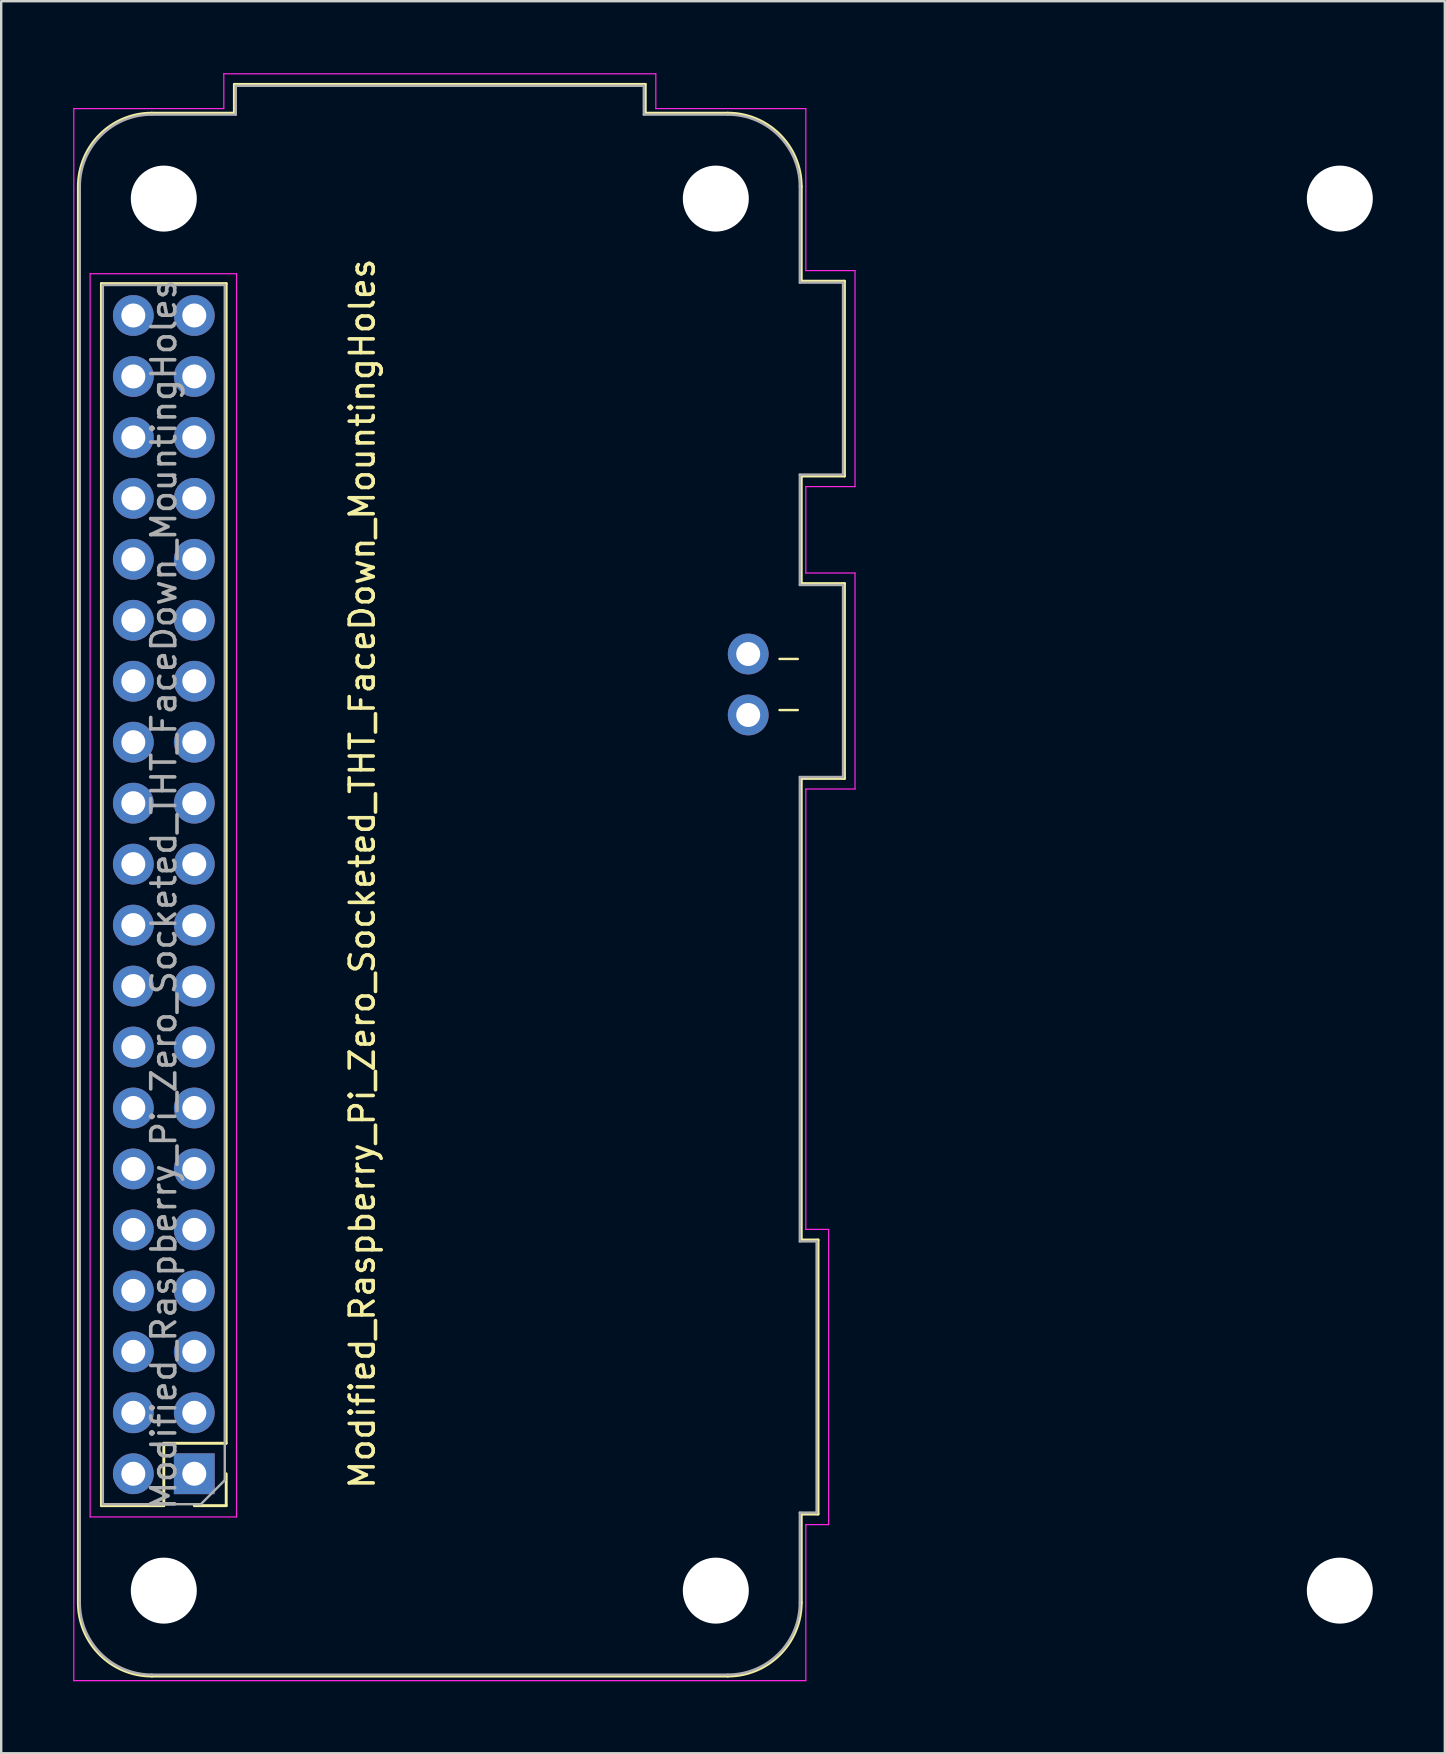
<source format=kicad_pcb>
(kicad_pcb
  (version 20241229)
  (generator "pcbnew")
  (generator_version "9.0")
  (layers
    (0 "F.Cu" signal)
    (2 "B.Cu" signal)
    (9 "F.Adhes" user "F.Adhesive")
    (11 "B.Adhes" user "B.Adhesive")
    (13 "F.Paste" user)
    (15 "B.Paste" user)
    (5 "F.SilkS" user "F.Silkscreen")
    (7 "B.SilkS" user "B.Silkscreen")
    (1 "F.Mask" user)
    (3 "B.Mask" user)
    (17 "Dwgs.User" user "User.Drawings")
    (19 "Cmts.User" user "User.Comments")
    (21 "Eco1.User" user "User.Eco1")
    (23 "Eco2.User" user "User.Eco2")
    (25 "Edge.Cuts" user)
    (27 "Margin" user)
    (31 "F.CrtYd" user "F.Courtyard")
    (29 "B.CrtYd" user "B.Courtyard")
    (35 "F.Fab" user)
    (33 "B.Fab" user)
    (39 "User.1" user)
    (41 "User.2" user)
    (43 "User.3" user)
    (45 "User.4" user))
  (footprint "Modified_Raspberry_Pi_Zero_Socketed_THT_FaceDown_MountingHoles"
    (layer "F.Cu")
    (at 5.045 8.355)
    (property "Reference" "Modified_Raspberry_Pi_Zero_Socketed_THT_FaceDown_MountingHoles" (at 7 25 90) (layer "F.SilkS") (effects (font (size 1 1) (thickness 0.15))))
    (attr through_hole)
    (fp_line (start -4.83 -3.63) (end -4.83 55.37) (stroke (width 0.12) (type solid)) (layer "F.SilkS"))
    (fp_line (start -3.87 0.41) (end 1.33 0.41) (stroke (width 0.12) (type solid)) (layer "F.SilkS"))
    (fp_line (start -3.87 51.33) (end -3.87 0.41) (stroke (width 0.12) (type solid)) (layer "F.SilkS"))
    (fp_line (start -3.87 51.33) (end -1.27 51.33) (stroke (width 0.12) (type solid)) (layer "F.SilkS"))
    (fp_line (start -1.77 58.43) (end 22.23 58.43) (stroke (width 0.12) (type solid)) (layer "F.SilkS"))
    (fp_line (start -1.27 48.73) (end 1.33 48.73) (stroke (width 0.12) (type solid)) (layer "F.SilkS"))
    (fp_line (start -1.27 51.33) (end -1.27 48.73) (stroke (width 0.12) (type solid)) (layer "F.SilkS"))
    (fp_line (start 0 51.33) (end 1.33 51.33) (stroke (width 0.12) (type solid)) (layer "F.SilkS"))
    (fp_line (start 1.33 48.73) (end 1.33 0.41) (stroke (width 0.12) (type solid)) (layer "F.SilkS"))
    (fp_line (start 1.33 51.33) (end 1.33 50) (stroke (width 0.12) (type solid)) (layer "F.SilkS"))
    (fp_line (start 1.67 -7.89) (end 18.79 -7.89) (stroke (width 0.12) (type solid)) (layer "F.SilkS"))
    (fp_line (start 1.67 -6.69) (end -1.77 -6.69) (stroke (width 0.12) (type solid)) (layer "F.SilkS"))
    (fp_line (start 1.67 -6.69) (end 1.67 -7.89) (stroke (width 0.12) (type solid)) (layer "F.SilkS"))
    (fp_line (start 18.79 -7.89) (end 18.79 -6.69) (stroke (width 0.12) (type solid)) (layer "F.SilkS"))
    (fp_line (start 18.79 -6.69) (end 22.23 -6.69) (stroke (width 0.12) (type solid)) (layer "F.SilkS"))
    (fp_line (start 24.384 16.05) (end 25.146 16.05) (stroke (width 0.1) (type default)) (layer "F.SilkS"))
    (fp_line (start 24.384 18.18) (end 25.146 18.18) (stroke (width 0.1) (type default)) (layer "F.SilkS"))
    (fp_line (start 25.29 -3.63) (end 25.29 0.31) (stroke (width 0.12) (type solid)) (layer "F.SilkS"))
    (fp_line (start 25.29 0.31) (end 27.09 0.31) (stroke (width 0.12) (type solid)) (layer "F.SilkS"))
    (fp_line (start 25.29 8.43) (end 25.29 12.91) (stroke (width 0.12) (type solid)) (layer "F.SilkS"))
    (fp_line (start 25.29 12.91) (end 27.09 12.91) (stroke (width 0.12) (type solid)) (layer "F.SilkS"))
    (fp_line (start 25.29 21.03) (end 25.29 40.26) (stroke (width 0.12) (type solid)) (layer "F.SilkS"))
    (fp_line (start 25.29 40.26) (end 25.99 40.26) (stroke (width 0.12) (type solid)) (layer "F.SilkS"))
    (fp_line (start 25.29 51.68) (end 25.29 55.37) (stroke (width 0.12) (type solid)) (layer "F.SilkS"))
    (fp_line (start 25.99 40.26) (end 25.99 51.68) (stroke (width 0.12) (type solid)) (layer "F.SilkS"))
    (fp_line (start 25.99 51.68) (end 25.29 51.68) (stroke (width 0.12) (type solid)) (layer "F.SilkS"))
    (fp_line (start 27.09 0.31) (end 27.09 8.43) (stroke (width 0.12) (type solid)) (layer "F.SilkS"))
    (fp_line (start 27.09 8.43) (end 25.29 8.43) (stroke (width 0.12) (type solid)) (layer "F.SilkS"))
    (fp_line (start 27.09 12.91) (end 27.09 21.03) (stroke (width 0.12) (type solid)) (layer "F.SilkS"))
    (fp_line (start 27.09 21.03) (end 25.29 21.03) (stroke (width 0.12) (type solid)) (layer "F.SilkS"))
    (fp_arc (start -4.83 -3.63) (mid -3.933747 -5.793747) (end -1.77 -6.69) (stroke (width 0.12) (type solid)) (layer "F.SilkS"))
    (fp_arc (start -1.77 58.43) (mid -3.933747 57.533747) (end -4.83 55.37) (stroke (width 0.12) (type solid)) (layer "F.SilkS"))
    (fp_arc (start 22.23 -6.69) (mid 24.393747 -5.793747) (end 25.29 -3.63) (stroke (width 0.12) (type solid)) (layer "F.SilkS"))
    (fp_arc (start 25.29 55.37) (mid 24.393747 57.533747) (end 22.23 58.43) (stroke (width 0.12) (type solid)) (layer "F.SilkS"))
    (fp_line (start -5.02 -6.88) (end -5.02 58.62) (stroke (width 0.05) (type solid)) (layer "F.CrtYd"))
    (fp_line (start -5.02 -6.88) (end 1.23 -6.88) (stroke (width 0.05) (type solid)) (layer "F.CrtYd"))
    (fp_line (start -5.02 58.62) (end 25.48 58.62) (stroke (width 0.05) (type solid)) (layer "F.CrtYd"))
    (fp_line (start -4.34 0) (end -4.34 51.8) (stroke (width 0.05) (type solid)) (layer "F.CrtYd"))
    (fp_line (start -4.34 51.8) (end 1.76 51.8) (stroke (width 0.05) (type solid)) (layer "F.CrtYd"))
    (fp_line (start 1.23 -8.33) (end 1.23 -6.88) (stroke (width 0.05) (type solid)) (layer "F.CrtYd"))
    (fp_line (start 1.76 0) (end -4.34 0) (stroke (width 0.05) (type solid)) (layer "F.CrtYd"))
    (fp_line (start 1.76 51.8) (end 1.76 0) (stroke (width 0.05) (type solid)) (layer "F.CrtYd"))
    (fp_line (start 19.23 -8.33) (end 1.23 -8.33) (stroke (width 0.05) (type solid)) (layer "F.CrtYd"))
    (fp_line (start 19.23 -8.33) (end 19.23 -6.88) (stroke (width 0.05) (type solid)) (layer "F.CrtYd"))
    (fp_line (start 19.23 -6.88) (end 25.48 -6.88) (stroke (width 0.05) (type solid)) (layer "F.CrtYd"))
    (fp_line (start 25.48 -0.13) (end 25.48 -6.88) (stroke (width 0.05) (type solid)) (layer "F.CrtYd"))
    (fp_line (start 25.48 12.47) (end 25.48 8.87) (stroke (width 0.05) (type solid)) (layer "F.CrtYd"))
    (fp_line (start 25.48 21.47) (end 25.48 39.82) (stroke (width 0.05) (type solid)) (layer "F.CrtYd"))
    (fp_line (start 25.48 52.12) (end 25.48 58.62) (stroke (width 0.05) (type solid)) (layer "F.CrtYd"))
    (fp_line (start 26.43 39.82) (end 25.48 39.82) (stroke (width 0.05) (type solid)) (layer "F.CrtYd"))
    (fp_line (start 26.43 52.12) (end 25.48 52.12) (stroke (width 0.05) (type solid)) (layer "F.CrtYd"))
    (fp_line (start 26.43 52.12) (end 26.43 39.82) (stroke (width 0.05) (type solid)) (layer "F.CrtYd"))
    (fp_line (start 27.53 -0.13) (end 25.48 -0.13) (stroke (width 0.05) (type solid)) (layer "F.CrtYd"))
    (fp_line (start 27.53 -0.13) (end 27.53 8.87) (stroke (width 0.05) (type solid)) (layer "F.CrtYd"))
    (fp_line (start 27.53 8.87) (end 25.48 8.87) (stroke (width 0.05) (type solid)) (layer "F.CrtYd"))
    (fp_line (start 27.53 12.47) (end 25.48 12.47) (stroke (width 0.05) (type solid)) (layer "F.CrtYd"))
    (fp_line (start 27.53 12.47) (end 27.53 21.47) (stroke (width 0.05) (type solid)) (layer "F.CrtYd"))
    (fp_line (start 27.53 21.47) (end 25.48 21.47) (stroke (width 0.05) (type solid)) (layer "F.CrtYd"))
    (fp_line (start -4.77 -3.63) (end -4.77 55.37) (stroke (width 0.1) (type solid)) (layer "F.Fab"))
    (fp_line (start -3.81 0.47) (end -3.81 51.27) (stroke (width 0.1) (type solid)) (layer "F.Fab"))
    (fp_line (start -3.81 51.27) (end 0.27 51.27) (stroke (width 0.1) (type solid)) (layer "F.Fab"))
    (fp_line (start -1.77 -6.63) (end 1.73 -6.63) (stroke (width 0.1) (type solid)) (layer "F.Fab"))
    (fp_line (start -1.77 58.37) (end 22.23 58.37) (stroke (width 0.1) (type solid)) (layer "F.Fab"))
    (fp_line (start 0.27 51.27) (end 1.27 50.27) (stroke (width 0.1) (type solid)) (layer "F.Fab"))
    (fp_line (start 1.27 0.47) (end -3.81 0.47) (stroke (width 0.1) (type solid)) (layer "F.Fab"))
    (fp_line (start 1.27 50.27) (end 1.27 0.47) (stroke (width 0.1) (type solid)) (layer "F.Fab"))
    (fp_line (start 1.73 -7.83) (end 18.73 -7.83) (stroke (width 0.1) (type solid)) (layer "F.Fab"))
    (fp_line (start 1.73 -6.63) (end 1.73 -7.83) (stroke (width 0.1) (type solid)) (layer "F.Fab"))
    (fp_line (start 18.73 -6.63) (end 18.73 -7.83) (stroke (width 0.1) (type solid)) (layer "F.Fab"))
    (fp_line (start 22.23 -6.63) (end 18.73 -6.63) (stroke (width 0.1) (type solid)) (layer "F.Fab"))
    (fp_line (start 25.23 0.37) (end 25.23 -3.63) (stroke (width 0.1) (type solid)) (layer "F.Fab"))
    (fp_line (start 25.23 0.37) (end 27.03 0.37) (stroke (width 0.1) (type solid)) (layer "F.Fab"))
    (fp_line (start 25.23 8.37) (end 25.23 12.97) (stroke (width 0.1) (type solid)) (layer "F.Fab"))
    (fp_line (start 25.23 12.97) (end 27.03 12.97) (stroke (width 0.1) (type solid)) (layer "F.Fab"))
    (fp_line (start 25.23 20.97) (end 25.23 40.32) (stroke (width 0.1) (type solid)) (layer "F.Fab"))
    (fp_line (start 25.23 40.32) (end 25.93 40.32) (stroke (width 0.1) (type solid)) (layer "F.Fab"))
    (fp_line (start 25.23 51.62) (end 25.23 55.37) (stroke (width 0.1) (type solid)) (layer "F.Fab"))
    (fp_line (start 25.23 51.62) (end 25.93 51.62) (stroke (width 0.1) (type solid)) (layer "F.Fab"))
    (fp_line (start 25.93 40.32) (end 25.93 51.62) (stroke (width 0.1) (type solid)) (layer "F.Fab"))
    (fp_line (start 27.03 0.37) (end 27.03 8.37) (stroke (width 0.1) (type solid)) (layer "F.Fab"))
    (fp_line (start 27.03 8.37) (end 25.23 8.37) (stroke (width 0.1) (type solid)) (layer "F.Fab"))
    (fp_line (start 27.03 12.97) (end 27.03 20.97) (stroke (width 0.1) (type solid)) (layer "F.Fab"))
    (fp_line (start 27.03 20.97) (end 25.23 20.97) (stroke (width 0.1) (type solid)) (layer "F.Fab"))
    (fp_arc (start -4.77 -3.63) (mid -3.89132 -5.75132) (end -1.77 -6.63) (stroke (width 0.1) (type solid)) (layer "F.Fab"))
    (fp_arc (start -1.77 58.37) (mid -3.89132 57.49132) (end -4.77 55.37) (stroke (width 0.1) (type solid)) (layer "F.Fab"))
    (fp_arc (start 22.23 -6.63) (mid 24.35132 -5.75132) (end 25.23 -3.63) (stroke (width 0.1) (type solid)) (layer "F.Fab"))
    (fp_arc (start 25.23 55.37) (mid 24.35132 57.49132) (end 22.23 58.37) (stroke (width 0.1) (type solid)) (layer "F.Fab"))
    (fp_text user "${REFERENCE}" (at -1.27 25.87 90) (layer "F.Fab") (effects (font (size 1 1) (thickness 0.15))))
    (pad "" np_thru_hole circle (at -1.27 -3.13 270) (size 2.75 2.75) (drill 2.75) (layers "*.Cu" "*.Mask"))
    (pad "" np_thru_hole circle (at -1.27 54.87 270) (size 2.75 2.75) (drill 2.75) (layers "*.Cu" "*.Mask"))
    (pad "" np_thru_hole circle (at 21.73 -3.13 270) (size 2.75 2.75) (drill 2.75) (layers "*.Cu" "*.Mask"))
    (pad "" np_thru_hole circle (at 21.73 54.87 270) (size 2.75 2.75) (drill 2.75) (layers "*.Cu" "*.Mask"))
    (pad "" np_thru_hole circle (at 47.73 -3.13 270) (size 2.75 2.75) (drill 2.75) (layers "*.Cu" "*.Mask"))
    (pad "" np_thru_hole circle (at 47.73 54.87 270) (size 2.75 2.75) (drill 2.75) (layers "*.Cu" "*.Mask"))
    (pad "1" thru_hole rect (at 0 50) (size 1.7 1.7) (drill 1) (layers "*.Cu" "*.Mask"))
    (pad "2" thru_hole oval (at -2.54 50) (size 1.7 1.7) (drill 1) (layers "*.Cu" "*.Mask"))
    (pad "3" thru_hole oval (at 0 47.46) (size 1.7 1.7) (drill 1) (layers "*.Cu" "*.Mask"))
    (pad "4" thru_hole oval (at -2.54 47.46) (size 1.7 1.7) (drill 1) (layers "*.Cu" "*.Mask"))
    (pad "5" thru_hole oval (at 0 44.92) (size 1.7 1.7) (drill 1) (layers "*.Cu" "*.Mask"))
    (pad "6" thru_hole oval (at -2.54 44.92) (size 1.7 1.7) (drill 1) (layers "*.Cu" "*.Mask"))
    (pad "7" thru_hole oval (at 0 42.38) (size 1.7 1.7) (drill 1) (layers "*.Cu" "*.Mask"))
    (pad "8" thru_hole oval (at -2.54 42.38) (size 1.7 1.7) (drill 1) (layers "*.Cu" "*.Mask"))
    (pad "9" thru_hole oval (at 0 39.84) (size 1.7 1.7) (drill 1) (layers "*.Cu" "*.Mask"))
    (pad "10" thru_hole oval (at -2.54 39.84) (size 1.7 1.7) (drill 1) (layers "*.Cu" "*.Mask"))
    (pad "11" thru_hole oval (at 0 37.3) (size 1.7 1.7) (drill 1) (layers "*.Cu" "*.Mask"))
    (pad "12" thru_hole oval (at -2.54 37.3) (size 1.7 1.7) (drill 1) (layers "*.Cu" "*.Mask"))
    (pad "13" thru_hole oval (at 0 34.76) (size 1.7 1.7) (drill 1) (layers "*.Cu" "*.Mask"))
    (pad "14" thru_hole oval (at -2.54 34.76) (size 1.7 1.7) (drill 1) (layers "*.Cu" "*.Mask"))
    (pad "15" thru_hole oval (at 0 32.22) (size 1.7 1.7) (drill 1) (layers "*.Cu" "*.Mask"))
    (pad "16" thru_hole oval (at -2.54 32.22) (size 1.7 1.7) (drill 1) (layers "*.Cu" "*.Mask"))
    (pad "17" thru_hole oval (at 0 29.68) (size 1.7 1.7) (drill 1) (layers "*.Cu" "*.Mask"))
    (pad "18" thru_hole oval (at -2.54 29.68) (size 1.7 1.7) (drill 1) (layers "*.Cu" "*.Mask"))
    (pad "19" thru_hole oval (at 0 27.14) (size 1.7 1.7) (drill 1) (layers "*.Cu" "*.Mask"))
    (pad "20" thru_hole oval (at -2.54 27.14) (size 1.7 1.7) (drill 1) (layers "*.Cu" "*.Mask"))
    (pad "21" thru_hole oval (at 0 24.6) (size 1.7 1.7) (drill 1) (layers "*.Cu" "*.Mask"))
    (pad "22" thru_hole oval (at -2.54 24.6) (size 1.7 1.7) (drill 1) (layers "*.Cu" "*.Mask"))
    (pad "23" thru_hole oval (at 0 22.06) (size 1.7 1.7) (drill 1) (layers "*.Cu" "*.Mask"))
    (pad "24" thru_hole oval (at -2.54 22.06) (size 1.7 1.7) (drill 1) (layers "*.Cu" "*.Mask"))
    (pad "25" thru_hole oval (at 0 19.52) (size 1.7 1.7) (drill 1) (layers "*.Cu" "*.Mask"))
    (pad "26" thru_hole oval (at -2.54 19.52) (size 1.7 1.7) (drill 1) (layers "*.Cu" "*.Mask"))
    (pad "27" thru_hole oval (at 0 16.98) (size 1.7 1.7) (drill 1) (layers "*.Cu" "*.Mask"))
    (pad "28" thru_hole oval (at -2.54 16.98) (size 1.7 1.7) (drill 1) (layers "*.Cu" "*.Mask"))
    (pad "29" thru_hole oval (at 0 14.44) (size 1.7 1.7) (drill 1) (layers "*.Cu" "*.Mask"))
    (pad "30" thru_hole oval (at -2.54 14.44) (size 1.7 1.7) (drill 1) (layers "*.Cu" "*.Mask"))
    (pad "31" thru_hole oval (at 0 11.9) (size 1.7 1.7) (drill 1) (layers "*.Cu" "*.Mask"))
    (pad "32" thru_hole oval (at -2.54 11.9) (size 1.7 1.7) (drill 1) (layers "*.Cu" "*.Mask"))
    (pad "33" thru_hole oval (at 0 9.36) (size 1.7 1.7) (drill 1) (layers "*.Cu" "*.Mask"))
    (pad "34" thru_hole oval (at -2.54 9.36) (size 1.7 1.7) (drill 1) (layers "*.Cu" "*.Mask"))
    (pad "35" thru_hole oval (at 0 6.82) (size 1.7 1.7) (drill 1) (layers "*.Cu" "*.Mask"))
    (pad "36" thru_hole oval (at -2.54 6.82) (size 1.7 1.7) (drill 1) (layers "*.Cu" "*.Mask"))
    (pad "37" thru_hole oval (at 0 4.28) (size 1.7 1.7) (drill 1) (layers "*.Cu" "*.Mask"))
    (pad "38" thru_hole oval (at -2.54 4.28) (size 1.7 1.7) (drill 1) (layers "*.Cu" "*.Mask"))
    (pad "39" thru_hole oval (at 0 1.74) (size 1.7 1.7) (drill 1) (layers "*.Cu" "*.Mask"))
    (pad "40" thru_hole oval (at -2.54 1.74) (size 1.7 1.7) (drill 1) (layers "*.Cu" "*.Mask"))
    (pad "PP22" thru_hole circle (at 23.08 15.845) (size 1.7 1.7) (drill 1) (layers "*.Cu" "*.Mask"))
    (pad "PP23" thru_hole circle (at 23.08 18.385) (size 1.7 1.7) (drill 1) (layers "*.Cu" "*.Mask")))
  (gr_rect
    (start -3 -3)
    (end 57.15 70)
    (stroke (width 0.1) (type default))
    (fill no)
    (layer "Edge.Cuts")))
</source>
